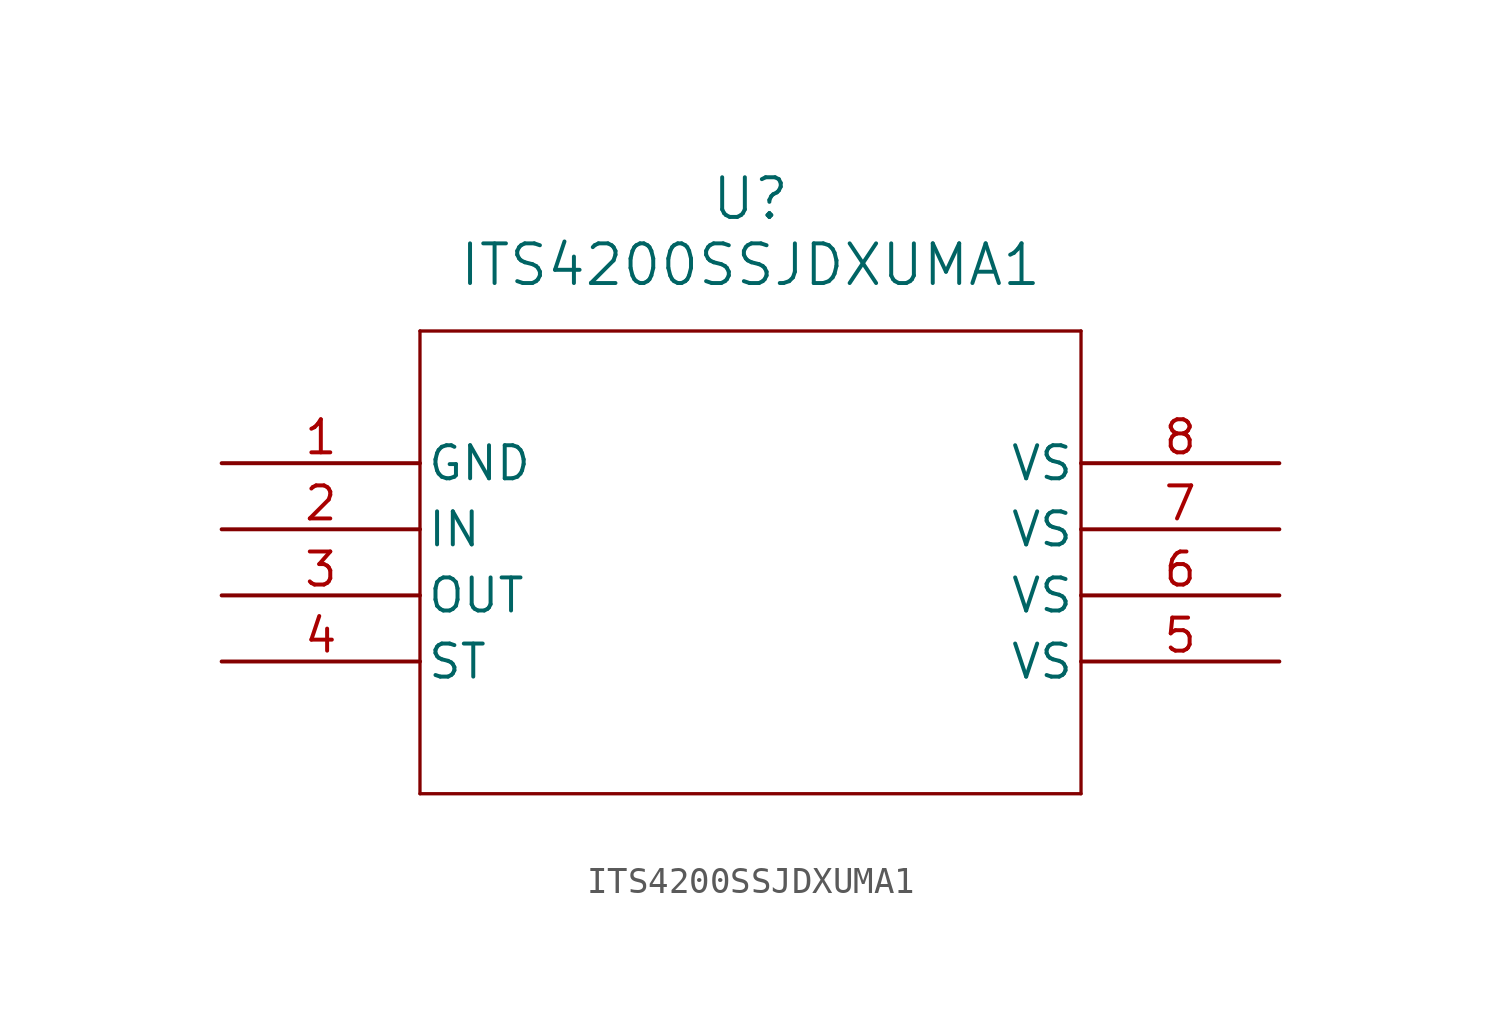
<source format=kicad_sym>
(kicad_symbol_lib
  (version 20220914)
  (generator kicad_symbol_editor)
  (symbol "ITS4200SSJDXUMA1"
    (pin_names
      (offset 0.254))
    (property "Reference" "U"
      (at 20.32 10.16 0)
      (effects (font (size 1.524 1.524))))
    (property "Value" "ITS4200SSJDXUMA1"
      (at 20.32 7.62 0)
      (effects (font (size 1.524 1.524))))
    (property "ki_locked" ""
      (at 0 0 0)
      (effects (font (size 1.27 1.27))))
    (symbol "ITS4200SSJDXUMA1_0_1"
      (polyline (pts (xy 7.62 -12.7) (xy 33.02 -12.7)) (stroke (width 0.127) (type default)) (fill (type none)))
      (polyline (pts (xy 7.62 5.08) (xy 7.62 -12.7)) (stroke (width 0.127) (type default)) (fill (type none)))
      (polyline (pts (xy 33.02 -12.7) (xy 33.02 5.08)) (stroke (width 0.127) (type default)) (fill (type none)))
      (polyline (pts (xy 33.02 5.08) (xy 7.62 5.08)) (stroke (width 0.127) (type default)) (fill (type none)))
      (pin input line (at 0 -2.54 0) (length 7.62) (name "IN" (effects (font (size 1.27 1.27)))) (number "2" (effects (font (size 1.27 1.27)))))
      (pin output line (at 0 -5.08 0) (length 7.62) (name "OUT" (effects (font (size 1.27 1.27)))) (number "3" (effects (font (size 1.27 1.27)))))
      (pin output line (at 0 -7.62 0) (length 7.62) (name "ST" (effects (font (size 1.27 1.27)))) (number "4" (effects (font (size 1.27 1.27)))))
      (pin power_in line (at 40.64 -7.62 180) (length 7.62) (name "VS" (effects (font (size 1.27 1.27)))) (number "5" (effects (font (size 1.27 1.27)))))
      (pin power_in line (at 40.64 -5.08 180) (length 7.62) (name "VS" (effects (font (size 1.27 1.27)))) (number "6" (effects (font (size 1.27 1.27)))))
      (pin power_in line (at 40.64 -2.54 180) (length 7.62) (name "VS" (effects (font (size 1.27 1.27)))) (number "7" (effects (font (size 1.27 1.27)))))
      (pin power_in line (at 40.64 0 180) (length 7.62) (name "VS" (effects (font (size 1.27 1.27)))) (number "8" (effects (font (size 1.27 1.27))))))
    (symbol "ITS4200SSJDXUMA1_1_1"
      (pin power_in line (at 0 0 0) (length 7.62) (name "GND" (effects (font (size 1.27 1.27)))) (number "1" (effects (font (size 1.27 1.27))))))))
</source>
